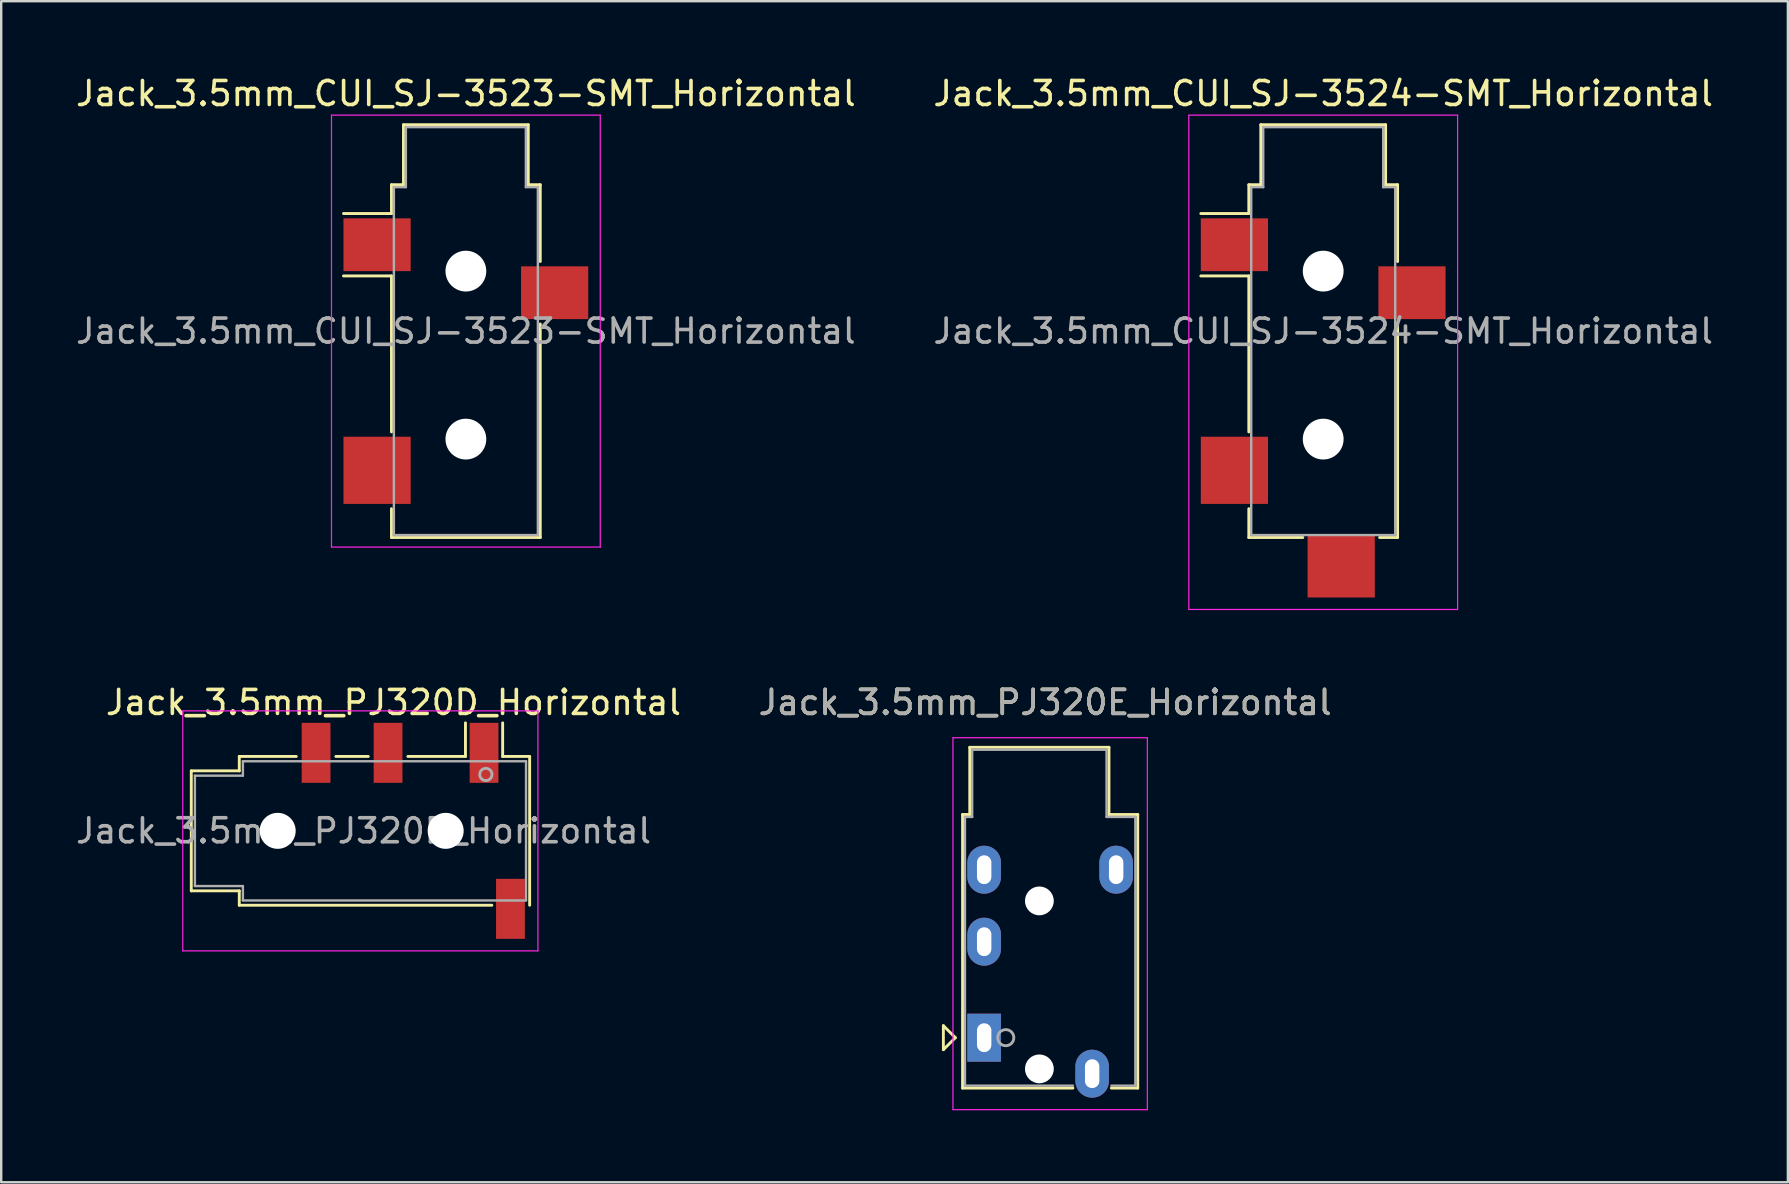
<source format=kicad_pcb>
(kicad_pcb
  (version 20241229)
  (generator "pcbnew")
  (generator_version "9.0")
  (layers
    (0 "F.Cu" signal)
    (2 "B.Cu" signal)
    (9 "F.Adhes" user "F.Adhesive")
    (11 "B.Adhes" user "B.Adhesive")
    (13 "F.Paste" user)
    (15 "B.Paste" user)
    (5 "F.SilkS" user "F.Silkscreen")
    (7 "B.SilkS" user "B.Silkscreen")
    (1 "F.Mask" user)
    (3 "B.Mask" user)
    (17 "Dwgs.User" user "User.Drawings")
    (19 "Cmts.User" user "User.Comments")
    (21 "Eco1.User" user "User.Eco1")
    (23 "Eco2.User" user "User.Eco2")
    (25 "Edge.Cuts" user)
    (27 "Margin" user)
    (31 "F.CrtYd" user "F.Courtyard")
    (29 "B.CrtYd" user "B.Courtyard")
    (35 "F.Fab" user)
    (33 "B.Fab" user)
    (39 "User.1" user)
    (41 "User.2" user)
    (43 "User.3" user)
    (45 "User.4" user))
  (footprint "Jack_3.5mm_PJ320E_Horizontal"
    (layer "F.Cu")
    (at 37.961 40.191)
    (property "Reference" "Jack_3.5mm_PJ320E_Horizontal" (at 2.54 -13.97 0) (layer "F.SilkS") (effects (font (size 1 1) (thickness 0.15))))
    (attr through_hole)
    (fp_line (start -1.7 -0.5) (end -1.7 0.5) (stroke (width 0.12) (type solid)) (layer "F.SilkS"))
    (fp_line (start -1.7 0.5) (end -1.2 0) (stroke (width 0.12) (type solid)) (layer "F.SilkS"))
    (fp_line (start -1.2 0) (end -1.7 -0.5) (stroke (width 0.12) (type solid)) (layer "F.SilkS"))
    (fp_line (start -0.9 -9.3) (end -0.9 2.1) (stroke (width 0.12) (type solid)) (layer "F.SilkS"))
    (fp_line (start -0.9 -9.3) (end -0.6 -9.3) (stroke (width 0.12) (type solid)) (layer "F.SilkS"))
    (fp_line (start -0.9 2.1) (end 3.7 2.1) (stroke (width 0.12) (type solid)) (layer "F.SilkS"))
    (fp_line (start -0.6 -9.3) (end -0.6 -12.1) (stroke (width 0.12) (type solid)) (layer "F.SilkS"))
    (fp_line (start 5.2 -12.1) (end -0.6 -12.1) (stroke (width 0.12) (type solid)) (layer "F.SilkS"))
    (fp_line (start 5.2 -9.3) (end 5.2 -12.1) (stroke (width 0.12) (type solid)) (layer "F.SilkS"))
    (fp_line (start 5.2 -9.3) (end 6.4 -9.3) (stroke (width 0.12) (type solid)) (layer "F.SilkS"))
    (fp_line (start 6.4 -9.3) (end 6.4 2.1) (stroke (width 0.12) (type solid)) (layer "F.SilkS"))
    (fp_line (start 6.4 2.1) (end 5.3 2.1) (stroke (width 0.12) (type solid)) (layer "F.SilkS"))
    (fp_line (start -1.3 -12.5) (end -1.3 3) (stroke (width 0.05) (type solid)) (layer "F.CrtYd"))
    (fp_line (start -1.3 -12.5) (end 6.8 -12.5) (stroke (width 0.05) (type solid)) (layer "F.CrtYd"))
    (fp_line (start -1.3 3) (end 6.8 3) (stroke (width 0.05) (type solid)) (layer "F.CrtYd"))
    (fp_line (start 6.8 -12.5) (end 6.8 3) (stroke (width 0.05) (type solid)) (layer "F.CrtYd"))
    (fp_line (start -0.8 -9.2) (end -0.5 -9.2) (stroke (width 0.1) (type solid)) (layer "F.Fab"))
    (fp_line (start -0.8 2) (end -0.8 -9.2) (stroke (width 0.1) (type solid)) (layer "F.Fab"))
    (fp_line (start -0.5 -12) (end 5.1 -12) (stroke (width 0.1) (type solid)) (layer "F.Fab"))
    (fp_line (start -0.5 -9.2) (end -0.5 -12) (stroke (width 0.1) (type solid)) (layer "F.Fab"))
    (fp_line (start 3.7 2) (end -0.8 2) (stroke (width 0.1) (type solid)) (layer "F.Fab"))
    (fp_line (start 5.1 -12) (end 5.1 -9.2) (stroke (width 0.1) (type solid)) (layer "F.Fab"))
    (fp_line (start 5.1 -9.2) (end 6.3 -9.2) (stroke (width 0.1) (type solid)) (layer "F.Fab"))
    (fp_line (start 6.3 -9.2) (end 6.3 2) (stroke (width 0.1) (type solid)) (layer "F.Fab"))
    (fp_line (start 6.3 2) (end 5.3 2) (stroke (width 0.1) (type solid)) (layer "F.Fab"))
    (fp_circle (center 0.9 0) (end 1.2 0.15) (stroke (width 0.12) (type solid)) (fill no) (layer "F.Fab"))
    (fp_text user "${REFERENCE}" (at 2.54 -13.97 0) (layer "F.Fab") (effects (font (size 1 1) (thickness 0.15))))
    (pad "" np_thru_hole circle (at 2.3 -5.7 270) (size 1.2 1.2) (drill 1.2) (layers "*.Cu" "*.Mask"))
    (pad "" np_thru_hole circle (at 2.3 1.3 270) (size 1.2 1.2) (drill 1.2) (layers "*.Cu" "*.Mask"))
    (pad "" thru_hole oval (at 5.5 -7 270) (size 2 1.4) (drill oval 1.2 0.6) (layers "*.Cu" "*.Mask"))
    (pad "R1" thru_hole oval (at 0 -4 270) (size 2 1.4) (drill oval 1.2 0.6) (layers "*.Cu" "*.Mask"))
    (pad "R2" thru_hole oval (at 0 -7 270) (size 2 1.4) (drill oval 1.2 0.6) (layers "*.Cu" "*.Mask"))
    (pad "S" thru_hole oval (at 4.5 1.5 270) (size 2 1.4) (drill oval 1.2 0.6) (layers "*.Cu" "*.Mask"))
    (pad "T" thru_hole rect (at 0 0 270) (size 2 1.4) (drill oval 1.2 0.6) (layers "*.Cu" "*.Mask")))
  (footprint "Jack_3.5mm_PJ320D_Horizontal"
    (layer "F.Cu")
    (at 13.296 31.572)
    (property "Reference" "Jack_3.5mm_PJ320D_Horizontal" (at 0.05 -5.35 0) (layer "F.SilkS") (effects (font (size 1 1) (thickness 0.15))))
    (attr smd)
    (fp_line (start -8.375 -2.5) (end -8.375 2.5) (stroke (width 0.12) (type solid)) (layer "F.SilkS"))
    (fp_line (start -6.375 -3.1) (end -6.375 -2.5) (stroke (width 0.12) (type solid)) (layer "F.SilkS"))
    (fp_line (start -6.375 -3.1) (end -4 -3.1) (stroke (width 0.12) (type solid)) (layer "F.SilkS"))
    (fp_line (start -6.375 -2.5) (end -8.375 -2.5) (stroke (width 0.12) (type solid)) (layer "F.SilkS"))
    (fp_line (start -6.375 2.5) (end -8.375 2.5) (stroke (width 0.12) (type solid)) (layer "F.SilkS"))
    (fp_line (start -6.375 2.5) (end -6.375 3.1) (stroke (width 0.12) (type solid)) (layer "F.SilkS"))
    (fp_line (start -2.35 -3.1) (end -1 -3.1) (stroke (width 0.12) (type solid)) (layer "F.SilkS"))
    (fp_line (start 0.65 -3.1) (end 3.05 -3.1) (stroke (width 0.12) (type solid)) (layer "F.SilkS"))
    (fp_line (start 3.05 -3.1) (end 3.05 -4.5) (stroke (width 0.12) (type solid)) (layer "F.SilkS"))
    (fp_line (start 4.15 3.1) (end -6.375 3.1) (stroke (width 0.12) (type solid)) (layer "F.SilkS"))
    (fp_line (start 4.6 -3.1) (end 4.6 -4.5) (stroke (width 0.12) (type solid)) (layer "F.SilkS"))
    (fp_line (start 4.6 -3.1) (end 5.725 -3.1) (stroke (width 0.12) (type solid)) (layer "F.SilkS"))
    (fp_line (start 5.725 3.1) (end 5.725 -3.1) (stroke (width 0.12) (type solid)) (layer "F.SilkS"))
    (fp_line (start -8.73 -5) (end 6.07 -5) (stroke (width 0.05) (type solid)) (layer "F.CrtYd"))
    (fp_line (start -8.73 5) (end -8.73 -5) (stroke (width 0.05) (type solid)) (layer "F.CrtYd"))
    (fp_line (start -8.73 5) (end 6.07 5) (stroke (width 0.05) (type solid)) (layer "F.CrtYd"))
    (fp_line (start 6.07 5) (end 6.07 -5) (stroke (width 0.05) (type solid)) (layer "F.CrtYd"))
    (fp_line (start -8.225 -2.3) (end -6.225 -2.3) (stroke (width 0.1) (type solid)) (layer "F.Fab"))
    (fp_line (start -8.225 2.3) (end -8.225 -2.3) (stroke (width 0.1) (type solid)) (layer "F.Fab"))
    (fp_line (start -6.225 -2.9) (end 5.575 -2.9) (stroke (width 0.1) (type solid)) (layer "F.Fab"))
    (fp_line (start -6.225 -2.3) (end -6.225 -2.9) (stroke (width 0.1) (type solid)) (layer "F.Fab"))
    (fp_line (start -6.225 2.3) (end -8.225 2.3) (stroke (width 0.1) (type solid)) (layer "F.Fab"))
    (fp_line (start -6.225 2.9) (end -6.225 2.3) (stroke (width 0.1) (type solid)) (layer "F.Fab"))
    (fp_line (start 5.575 -2.9) (end 5.575 2.9) (stroke (width 0.1) (type solid)) (layer "F.Fab"))
    (fp_line (start 5.575 2.9) (end -6.225 2.9) (stroke (width 0.1) (type solid)) (layer "F.Fab"))
    (fp_circle (center 3.9 -2.35) (end 3.95 -2.1) (stroke (width 0.12) (type solid)) (fill no) (layer "F.Fab"))
    (fp_text user "${REFERENCE}" (at -1.195 0 0) (layer "F.Fab") (effects (font (size 1 1) (thickness 0.15))))
    (pad "" np_thru_hole circle (at -4.775 0) (size 1.5 1.5) (drill 1.5) (layers "*.Cu" "*.Mask"))
    (pad "" np_thru_hole circle (at 2.225 0) (size 1.5 1.5) (drill 1.5) (layers "*.Cu" "*.Mask"))
    (pad "R1" smd rect (at -0.175 -3.25) (size 1.2 2.5) (layers "F.Cu" "F.Mask" "F.Paste"))
    (pad "R2" smd rect (at -3.175 -3.25) (size 1.2 2.5) (layers "F.Cu" "F.Mask" "F.Paste"))
    (pad "S" smd rect (at 4.925 3.25) (size 1.2 2.5) (layers "F.Cu" "F.Mask" "F.Paste"))
    (pad "T" smd rect (at 3.825 -3.25) (size 1.2 2.5) (layers "F.Cu" "F.Mask" "F.Paste")))
  (footprint "Jack_3.5mm_CUI_SJ-3524-SMT_Horizontal"
    (layer "F.Cu")
    (at 52.089 10.748)
    (property "Reference" "Jack_3.5mm_CUI_SJ-3524-SMT_Horizontal" (at 0 -9.9 0) (layer "F.SilkS") (effects (font (size 1 1) (thickness 0.15))))
    (attr smd)
    (fp_line (start -3.1 -6.1) (end -2.6 -6.1) (stroke (width 0.12) (type solid)) (layer "F.SilkS"))
    (fp_line (start -3.1 -4.9) (end -5.1 -4.9) (stroke (width 0.12) (type solid)) (layer "F.SilkS"))
    (fp_line (start -3.1 -4.9) (end -3.1 -6.1) (stroke (width 0.12) (type solid)) (layer "F.SilkS"))
    (fp_line (start -3.1 -2.3) (end -5.1 -2.3) (stroke (width 0.12) (type solid)) (layer "F.SilkS"))
    (fp_line (start -3.1 4.2) (end -3.1 -2.3) (stroke (width 0.12) (type solid)) (layer "F.SilkS"))
    (fp_line (start -3.1 8.6) (end -3.1 7.4) (stroke (width 0.12) (type solid)) (layer "F.SilkS"))
    (fp_line (start -2.6 -8.6) (end 2.6 -8.6) (stroke (width 0.12) (type solid)) (layer "F.SilkS"))
    (fp_line (start -2.6 -6.1) (end -2.6 -8.6) (stroke (width 0.12) (type solid)) (layer "F.SilkS"))
    (fp_line (start -0.85 8.6) (end -3.1 8.6) (stroke (width 0.12) (type solid)) (layer "F.SilkS"))
    (fp_line (start 2.6 -8.6) (end 2.6 -6.1) (stroke (width 0.12) (type solid)) (layer "F.SilkS"))
    (fp_line (start 2.6 -6.1) (end 3.1 -6.1) (stroke (width 0.12) (type solid)) (layer "F.SilkS"))
    (fp_line (start 3.1 -6.1) (end 3.1 -2.9) (stroke (width 0.12) (type solid)) (layer "F.SilkS"))
    (fp_line (start 3.1 -0.3) (end 3.1 8.6) (stroke (width 0.12) (type solid)) (layer "F.SilkS"))
    (fp_line (start 3.1 8.6) (end 2.35 8.6) (stroke (width 0.12) (type solid)) (layer "F.SilkS"))
    (fp_line (start -5.6 -9) (end 5.6 -9) (stroke (width 0.05) (type solid)) (layer "F.CrtYd"))
    (fp_line (start -5.6 11.6) (end -5.6 -9) (stroke (width 0.05) (type solid)) (layer "F.CrtYd"))
    (fp_line (start 5.6 -9) (end 5.6 11.6) (stroke (width 0.05) (type solid)) (layer "F.CrtYd"))
    (fp_line (start 5.6 11.6) (end -5.6 11.6) (stroke (width 0.05) (type solid)) (layer "F.CrtYd"))
    (fp_line (start -3 -6) (end -2.5 -6) (stroke (width 0.1) (type solid)) (layer "F.Fab"))
    (fp_line (start -3 8.5) (end -3 -6) (stroke (width 0.1) (type solid)) (layer "F.Fab"))
    (fp_line (start -2.5 -8.5) (end 2.5 -8.5) (stroke (width 0.1) (type solid)) (layer "F.Fab"))
    (fp_line (start -2.5 -6) (end -2.5 -8.5) (stroke (width 0.1) (type solid)) (layer "F.Fab"))
    (fp_line (start 2.5 -8.5) (end 2.5 -6) (stroke (width 0.1) (type solid)) (layer "F.Fab"))
    (fp_line (start 2.5 -6) (end 3 -6) (stroke (width 0.1) (type solid)) (layer "F.Fab"))
    (fp_line (start 3 -6) (end 3 8.5) (stroke (width 0.1) (type solid)) (layer "F.Fab"))
    (fp_line (start 3 8.5) (end -3 8.5) (stroke (width 0.1) (type solid)) (layer "F.Fab"))
    (fp_text user "${REFERENCE}" (at 0 0 0) (layer "F.Fab") (effects (font (size 1 1) (thickness 0.15))))
    (pad "" np_thru_hole circle (at 0 -2.5) (size 1.7 1.7) (drill 1.7) (layers "*.Cu" "*.Mask"))
    (pad "" np_thru_hole circle (at 0 4.5) (size 1.7 1.7) (drill 1.7) (layers "*.Cu" "*.Mask"))
    (pad "R" smd rect (at 3.7 -1.6) (size 2.8 2.2) (layers "F.Cu" "F.Mask" "F.Paste"))
    (pad "S" smd rect (at -3.7 -3.6) (size 2.8 2.2) (layers "F.Cu" "F.Mask" "F.Paste"))
    (pad "T" smd rect (at -3.7 5.8) (size 2.8 2.8) (layers "F.Cu" "F.Mask" "F.Paste"))
    (pad "TN" smd rect (at 0.75 9.8) (size 2.8 2.6) (layers "F.Cu" "F.Mask" "F.Paste")))
  (footprint "Jack_3.5mm_CUI_SJ-3523-SMT_Horizontal"
    (layer "F.Cu")
    (at 16.363 10.748)
    (property "Reference" "Jack_3.5mm_CUI_SJ-3523-SMT_Horizontal" (at 0 -9.9 0) (layer "F.SilkS") (effects (font (size 1 1) (thickness 0.15))))
    (attr smd)
    (fp_line (start -3.1 -6.1) (end -2.6 -6.1) (stroke (width 0.12) (type solid)) (layer "F.SilkS"))
    (fp_line (start -3.1 -4.9) (end -5.1 -4.9) (stroke (width 0.12) (type solid)) (layer "F.SilkS"))
    (fp_line (start -3.1 -4.9) (end -3.1 -6.1) (stroke (width 0.12) (type solid)) (layer "F.SilkS"))
    (fp_line (start -3.1 -2.3) (end -5.1 -2.3) (stroke (width 0.12) (type solid)) (layer "F.SilkS"))
    (fp_line (start -3.1 4.2) (end -3.1 -2.3) (stroke (width 0.12) (type solid)) (layer "F.SilkS"))
    (fp_line (start -3.1 8.6) (end -3.1 7.4) (stroke (width 0.12) (type solid)) (layer "F.SilkS"))
    (fp_line (start -2.6 -8.6) (end 2.6 -8.6) (stroke (width 0.12) (type solid)) (layer "F.SilkS"))
    (fp_line (start -2.6 -6.1) (end -2.6 -8.6) (stroke (width 0.12) (type solid)) (layer "F.SilkS"))
    (fp_line (start 2.6 -8.6) (end 2.6 -6.1) (stroke (width 0.12) (type solid)) (layer "F.SilkS"))
    (fp_line (start 2.6 -6.1) (end 3.1 -6.1) (stroke (width 0.12) (type solid)) (layer "F.SilkS"))
    (fp_line (start 3.1 -6.1) (end 3.1 -2.9) (stroke (width 0.12) (type solid)) (layer "F.SilkS"))
    (fp_line (start 3.1 -0.3) (end 3.1 8.6) (stroke (width 0.12) (type solid)) (layer "F.SilkS"))
    (fp_line (start 3.1 8.6) (end -3.1 8.6) (stroke (width 0.12) (type solid)) (layer "F.SilkS"))
    (fp_line (start -5.6 -9) (end 5.6 -9) (stroke (width 0.05) (type solid)) (layer "F.CrtYd"))
    (fp_line (start -5.6 9) (end -5.6 -9) (stroke (width 0.05) (type solid)) (layer "F.CrtYd"))
    (fp_line (start 5.6 -9) (end 5.6 9) (stroke (width 0.05) (type solid)) (layer "F.CrtYd"))
    (fp_line (start 5.6 9) (end -5.6 9) (stroke (width 0.05) (type solid)) (layer "F.CrtYd"))
    (fp_line (start -3 -6) (end -2.5 -6) (stroke (width 0.1) (type solid)) (layer "F.Fab"))
    (fp_line (start -3 8.5) (end -3 -6) (stroke (width 0.1) (type solid)) (layer "F.Fab"))
    (fp_line (start -2.5 -8.5) (end 2.5 -8.5) (stroke (width 0.1) (type solid)) (layer "F.Fab"))
    (fp_line (start -2.5 -6) (end -2.5 -8.5) (stroke (width 0.1) (type solid)) (layer "F.Fab"))
    (fp_line (start 2.5 -8.5) (end 2.5 -6) (stroke (width 0.1) (type solid)) (layer "F.Fab"))
    (fp_line (start 2.5 -6) (end 3 -6) (stroke (width 0.1) (type solid)) (layer "F.Fab"))
    (fp_line (start 3 -6) (end 3 8.5) (stroke (width 0.1) (type solid)) (layer "F.Fab"))
    (fp_line (start 3 8.5) (end -3 8.5) (stroke (width 0.1) (type solid)) (layer "F.Fab"))
    (fp_text user "${REFERENCE}" (at 0 0 0) (layer "F.Fab") (effects (font (size 1 1) (thickness 0.15))))
    (pad "" np_thru_hole circle (at 0 -2.5) (size 1.7 1.7) (drill 1.7) (layers "*.Cu" "*.Mask"))
    (pad "" np_thru_hole circle (at 0 4.5) (size 1.7 1.7) (drill 1.7) (layers "*.Cu" "*.Mask"))
    (pad "R" smd rect (at 3.7 -1.6) (size 2.8 2.2) (layers "F.Cu" "F.Mask" "F.Paste"))
    (pad "S" smd rect (at -3.7 -3.6) (size 2.8 2.2) (layers "F.Cu" "F.Mask" "F.Paste"))
    (pad "T" smd rect (at -3.7 5.8) (size 2.8 2.8) (layers "F.Cu" "F.Mask" "F.Paste")))
  (gr_rect
    (start -3 -3)
    (end 71.452 46.217)
    (stroke (width 0.1) (type default))
    (fill no)
    (layer "Edge.Cuts")))
</source>
